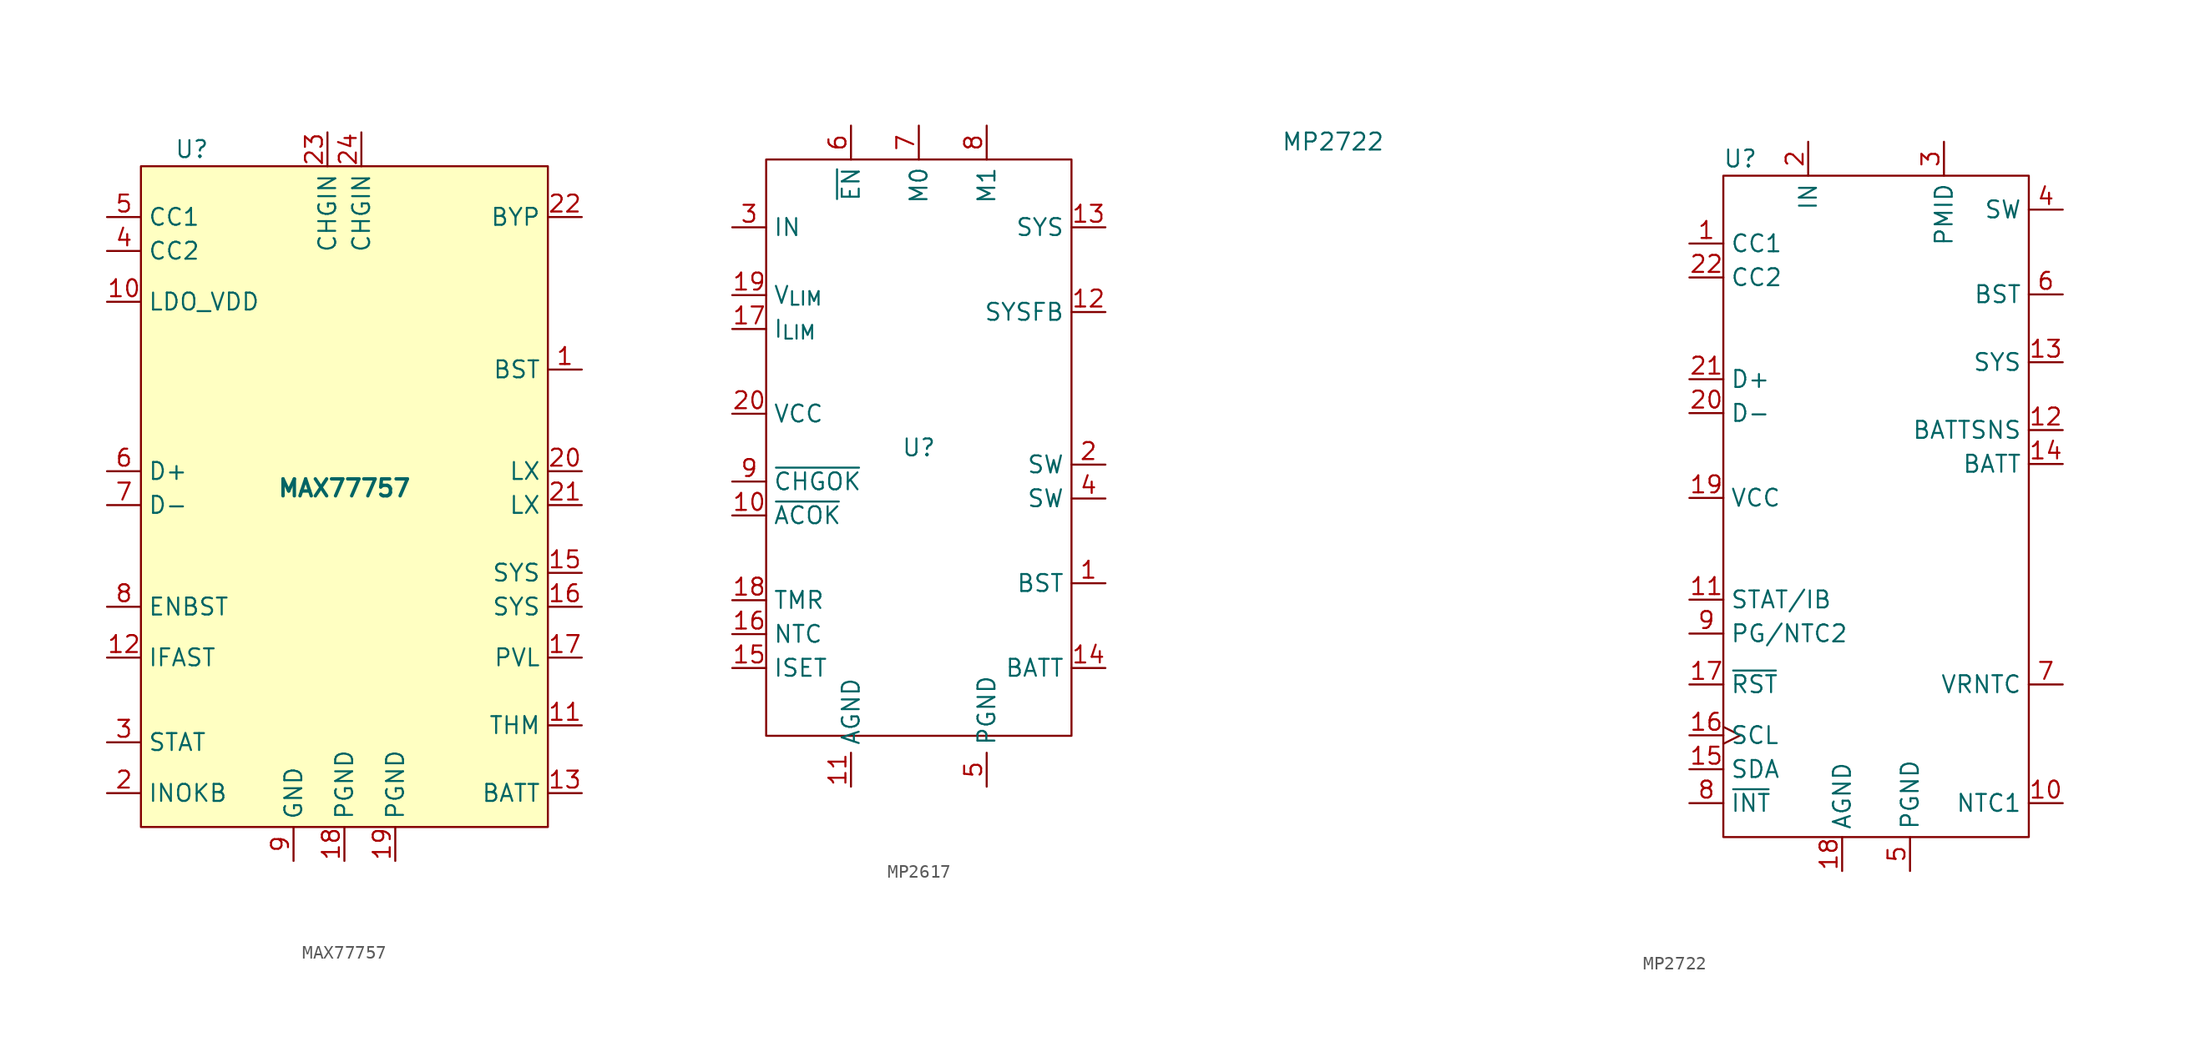
<source format=kicad_sym>
(kicad_symbol_lib
  (version 20231120)
  (generator "kicad_symbol_editor")
  (generator_version "8.0")
  (symbol "MAX77757"
    (property "Reference" "U"
      (at -11.43 25.4 0)
      (effects (font (size 1.27 1.27))))
    (property "Value" "MAX77757"
      (at 0 0 0)
      (effects (font (size 1.27 1.27) (bold yes))))
    (symbol "MAX77757_0_1"
      (rectangle (start -15.24 24.13) (end 15.24 -25.4) (stroke (width 0) (type default)) (fill (type background))))
    (symbol "MAX77757_1_1"
      (pin passive line (at 17.78 8.89 180) (length 2.54) (name "BST" (effects (font (size 1.27 1.27)))) (number "1" (effects (font (size 1.27 1.27)))))
      (pin power_out line (at -17.78 13.97 0) (length 2.54) (name "LDO_VDD" (effects (font (size 1.27 1.27)))) (number "10" (effects (font (size 1.27 1.27)))))
      (pin passive line (at 17.78 -17.78 180) (length 2.54) (name "THM" (effects (font (size 1.27 1.27)))) (number "11" (effects (font (size 1.27 1.27)))))
      (pin input line (at -17.78 -12.7 0) (length 2.54) (name "IFAST" (effects (font (size 1.27 1.27)))) (number "12" (effects (font (size 1.27 1.27)))))
      (pin passive line (at 17.78 -22.86 180) (length 2.54) (name "BATT" (effects (font (size 1.27 1.27)))) (number "13" (effects (font (size 1.27 1.27)))))
      (pin passive line (at 17.78 -22.86 180) (length 2.54) hide (name "BATT" (effects (font (size 1.27 1.27)))) (number "14" (effects (font (size 1.27 1.27)))))
      (pin power_out line (at 17.78 -6.35 180) (length 2.54) (name "SYS" (effects (font (size 1.27 1.27)))) (number "15" (effects (font (size 1.27 1.27)))))
      (pin passive line (at 17.78 -8.89 180) (length 2.54) (name "SYS" (effects (font (size 1.27 1.27)))) (number "16" (effects (font (size 1.27 1.27)))))
      (pin output line (at 17.78 -12.7 180) (length 2.54) (name "PVL" (effects (font (size 1.27 1.27)))) (number "17" (effects (font (size 1.27 1.27)))))
      (pin power_in line (at 0 -27.94 90) (length 2.54) (name "PGND" (effects (font (size 1.27 1.27)))) (number "18" (effects (font (size 1.27 1.27)))))
      (pin power_in line (at 3.81 -27.94 90) (length 2.54) (name "PGND" (effects (font (size 1.27 1.27)))) (number "19" (effects (font (size 1.27 1.27)))))
      (pin output line (at -17.78 -22.86 0) (length 2.54) (name "INOKB" (effects (font (size 1.27 1.27)))) (number "2" (effects (font (size 1.27 1.27)))))
      (pin output line (at 17.78 1.27 180) (length 2.54) (name "LX" (effects (font (size 1.27 1.27)))) (number "20" (effects (font (size 1.27 1.27)))))
      (pin passive line (at 17.78 -1.27 180) (length 2.54) (name "LX" (effects (font (size 1.27 1.27)))) (number "21" (effects (font (size 1.27 1.27)))))
      (pin passive line (at 17.78 20.32 180) (length 2.54) (name "BYP" (effects (font (size 1.27 1.27)))) (number "22" (effects (font (size 1.27 1.27)))))
      (pin power_in line (at -1.27 26.67 270) (length 2.54) (name "CHGIN" (effects (font (size 1.27 1.27)))) (number "23" (effects (font (size 1.27 1.27)))))
      (pin power_in line (at 1.27 26.67 270) (length 2.54) (name "CHGIN" (effects (font (size 1.27 1.27)))) (number "24" (effects (font (size 1.27 1.27)))))
      (pin output line (at -17.78 -19.05 0) (length 2.54) (name "STAT" (effects (font (size 1.27 1.27)))) (number "3" (effects (font (size 1.27 1.27)))))
      (pin input line (at -17.78 17.78 0) (length 2.54) (name "CC2" (effects (font (size 1.27 1.27)))) (number "4" (effects (font (size 1.27 1.27)))))
      (pin input line (at -17.78 20.32 0) (length 2.54) (name "CC1" (effects (font (size 1.27 1.27)))) (number "5" (effects (font (size 1.27 1.27)))))
      (pin input line (at -17.78 1.27 0) (length 2.54) (name "D+" (effects (font (size 1.27 1.27)))) (number "6" (effects (font (size 1.27 1.27)))))
      (pin input line (at -17.78 -1.27 0) (length 2.54) (name "D-" (effects (font (size 1.27 1.27)))) (number "7" (effects (font (size 1.27 1.27)))))
      (pin input line (at -17.78 -8.89 0) (length 2.54) (name "ENBST" (effects (font (size 1.27 1.27)))) (number "8" (effects (font (size 1.27 1.27)))))
      (pin power_in line (at -3.81 -27.94 90) (length 2.54) (name "GND" (effects (font (size 1.27 1.27)))) (number "9" (effects (font (size 1.27 1.27)))))))
  (symbol "MP2617"
    (property "Reference" "U"
      (at 0 0 0)
      (effects (font (size 1.27 1.27))))
    (property "Value" ""
      (at 0 0 0)
      (effects (font (size 1.27 1.27))))
    (symbol "MP2617_0_1"
      (rectangle (start -11.43 21.59) (end 11.43 -21.59) (stroke (width 0) (type default)) (fill (type none))))
    (symbol "MP2617_1_1"
      (pin power_out line (at 13.97 -10.16 180) (length 2.54) (name "BST" (effects (font (size 1.27 1.27)))) (number "1" (effects (font (size 1.27 1.27)))))
      (pin output line (at -13.97 -5.08 0) (length 2.54) (name "~{ACOK}" (effects (font (size 1.27 1.27)))) (number "10" (effects (font (size 1.27 1.27)))))
      (pin power_in line (at -5.08 -25.4 90) (length 2.54) (name "AGND" (effects (font (size 1.27 1.27)))) (number "11" (effects (font (size 1.27 1.27)))))
      (pin power_in line (at 13.97 10.16 180) (length 2.54) (name "SYSFB" (effects (font (size 1.27 1.27)))) (number "12" (effects (font (size 1.27 1.27)))))
      (pin power_out line (at 13.97 16.51 180) (length 2.54) (name "SYS" (effects (font (size 1.27 1.27)))) (number "13" (effects (font (size 1.27 1.27)))))
      (pin power_out line (at 13.97 -16.51 180) (length 2.54) (name "BATT" (effects (font (size 1.27 1.27)))) (number "14" (effects (font (size 1.27 1.27)))))
      (pin passive line (at -13.97 -16.51 0) (length 2.54) (name "ISET" (effects (font (size 1.27 1.27)))) (number "15" (effects (font (size 1.27 1.27)))))
      (pin passive line (at -13.97 -13.97 0) (length 2.54) (name "NTC" (effects (font (size 1.27 1.27)))) (number "16" (effects (font (size 1.27 1.27)))))
      (pin passive line (at -13.97 8.89 0) (length 2.54) (name "I_{LIM}" (effects (font (size 1.27 1.27)))) (number "17" (effects (font (size 1.27 1.27)))))
      (pin input line (at -13.97 -11.43 0) (length 2.54) (name "TMR" (effects (font (size 1.27 1.27)))) (number "18" (effects (font (size 1.27 1.27)))))
      (pin input line (at -13.97 11.43 0) (length 2.54) (name "V_{LIM}" (effects (font (size 1.27 1.27)))) (number "19" (effects (font (size 1.27 1.27)))))
      (pin power_out line (at 13.97 -1.27 180) (length 2.54) (name "SW" (effects (font (size 1.27 1.27)))) (number "2" (effects (font (size 1.27 1.27)))))
      (pin power_out line (at -13.97 2.54 0) (length 2.54) (name "VCC" (effects (font (size 1.27 1.27)))) (number "20" (effects (font (size 1.27 1.27)))))
      (pin power_in line (at -13.97 16.51 0) (length 2.54) (name "IN" (effects (font (size 1.27 1.27)))) (number "3" (effects (font (size 1.27 1.27)))))
      (pin power_out line (at 13.97 -3.81 180) (length 2.54) (name "SW" (effects (font (size 1.27 1.27)))) (number "4" (effects (font (size 1.27 1.27)))))
      (pin power_out line (at 5.08 -25.4 90) (length 2.54) (name "PGND" (effects (font (size 1.27 1.27)))) (number "5" (effects (font (size 1.27 1.27)))))
      (pin input line (at -5.08 24.13 270) (length 2.54) (name "~{EN}" (effects (font (size 1.27 1.27)))) (number "6" (effects (font (size 1.27 1.27)))))
      (pin input line (at 0 24.13 270) (length 2.54) (name "M0" (effects (font (size 1.27 1.27)))) (number "7" (effects (font (size 1.27 1.27)))))
      (pin input line (at 5.08 24.13 270) (length 2.54) (name "M1" (effects (font (size 1.27 1.27)))) (number "8" (effects (font (size 1.27 1.27)))))
      (pin output line (at -13.97 -2.54 0) (length 2.54) (name "~{CHGOK}" (effects (font (size 1.27 1.27)))) (number "9" (effects (font (size 1.27 1.27)))))))
  (symbol "MP2722"
    (property "Reference" "U"
      (at -10.16 25.4 0)
      (effects (font (size 1.27 1.27))))
    (property "Value" "MP2722"
      (at -40.64 26.67 0)
      (effects (font (size 1.27 1.27))))
    (symbol "MP2722_0_0"
      (pin bidirectional line (at -13.97 19.05 0) (length 2.54) (name "CC1" (effects (font (size 1.27 1.27)))) (number "1" (effects (font (size 1.27 1.27)))))
      (pin input line (at 13.97 -22.86 180) (length 2.54) (name "NTC1" (effects (font (size 1.27 1.27)))) (number "10" (effects (font (size 1.27 1.27)))))
      (pin output line (at -13.97 -7.62 0) (length 2.54) (name "STAT/IB" (effects (font (size 1.27 1.27)))) (number "11" (effects (font (size 1.27 1.27)))))
      (pin input line (at 13.97 5.08 180) (length 2.54) (name "BATTSNS" (effects (font (size 1.27 1.27)))) (number "12" (effects (font (size 1.27 1.27)))))
      (pin power_out line (at 13.97 10.16 180) (length 2.54) (name "SYS" (effects (font (size 1.27 1.27)))) (number "13" (effects (font (size 1.27 1.27)))))
      (pin bidirectional line (at 13.97 2.54 180) (length 2.54) (name "BATT" (effects (font (size 1.27 1.27)))) (number "14" (effects (font (size 1.27 1.27)))))
      (pin bidirectional line (at -13.97 -20.32 0) (length 2.54) (name "SDA" (effects (font (size 1.27 1.27)))) (number "15" (effects (font (size 1.27 1.27)))))
      (pin input clock (at -13.97 -17.78 0) (length 2.54) (name "SCL" (effects (font (size 1.27 1.27)))) (number "16" (effects (font (size 1.27 1.27)))))
      (pin input line (at -13.97 -13.97 0) (length 2.54) (name "~{RST}" (effects (font (size 1.27 1.27)))) (number "17" (effects (font (size 1.27 1.27)))))
      (pin power_in line (at -2.54 -27.94 90) (length 2.54) (name "AGND" (effects (font (size 1.27 1.27)))) (number "18" (effects (font (size 1.27 1.27)))))
      (pin power_out line (at -13.97 0 0) (length 2.54) (name "VCC" (effects (font (size 1.27 1.27)))) (number "19" (effects (font (size 1.27 1.27)))))
      (pin power_in line (at -5.08 26.67 270) (length 2.54) (name "IN" (effects (font (size 1.27 1.27)))) (number "2" (effects (font (size 1.27 1.27)))))
      (pin bidirectional line (at -13.97 6.35 0) (length 2.54) (name "D-" (effects (font (size 1.27 1.27)))) (number "20" (effects (font (size 1.27 1.27)))))
      (pin bidirectional line (at -13.97 8.89 0) (length 2.54) (name "D+" (effects (font (size 1.27 1.27)))) (number "21" (effects (font (size 1.27 1.27)))))
      (pin bidirectional line (at -13.97 16.51 0) (length 2.54) (name "CC2" (effects (font (size 1.27 1.27)))) (number "22" (effects (font (size 1.27 1.27)))))
      (pin power_out line (at 5.08 26.67 270) (length 2.54) (name "PMID" (effects (font (size 1.27 1.27)))) (number "3" (effects (font (size 1.27 1.27)))))
      (pin power_out line (at 13.97 21.59 180) (length 2.54) (name "SW" (effects (font (size 1.27 1.27)))) (number "4" (effects (font (size 1.27 1.27)))))
      (pin power_out line (at 13.97 15.24 180) (length 2.54) (name "BST" (effects (font (size 1.27 1.27)))) (number "6" (effects (font (size 1.27 1.27)))))
      (pin power_out line (at 13.97 -13.97 180) (length 2.54) (name "VRNTC" (effects (font (size 1.27 1.27)))) (number "7" (effects (font (size 1.27 1.27)))))
      (pin open_collector line (at -13.97 -22.86 0) (length 2.54) (name "~{INT}" (effects (font (size 1.27 1.27)))) (number "8" (effects (font (size 1.27 1.27)))))
      (pin open_collector line (at -13.97 -10.16 0) (length 2.54) (name "PG/NTC2" (effects (font (size 1.27 1.27)))) (number "9" (effects (font (size 1.27 1.27))))))
    (symbol "MP2722_0_1"
      (rectangle (start -11.43 24.13) (end 11.43 -25.4) (stroke (width 0) (type default)) (fill (type none))))
    (symbol "MP2722_1_0"
      (pin power_in line (at 2.54 -27.94 90) (length 2.54) (name "PGND" (effects (font (size 1.27 1.27)))) (number "5" (effects (font (size 1.27 1.27))))))))
</source>
